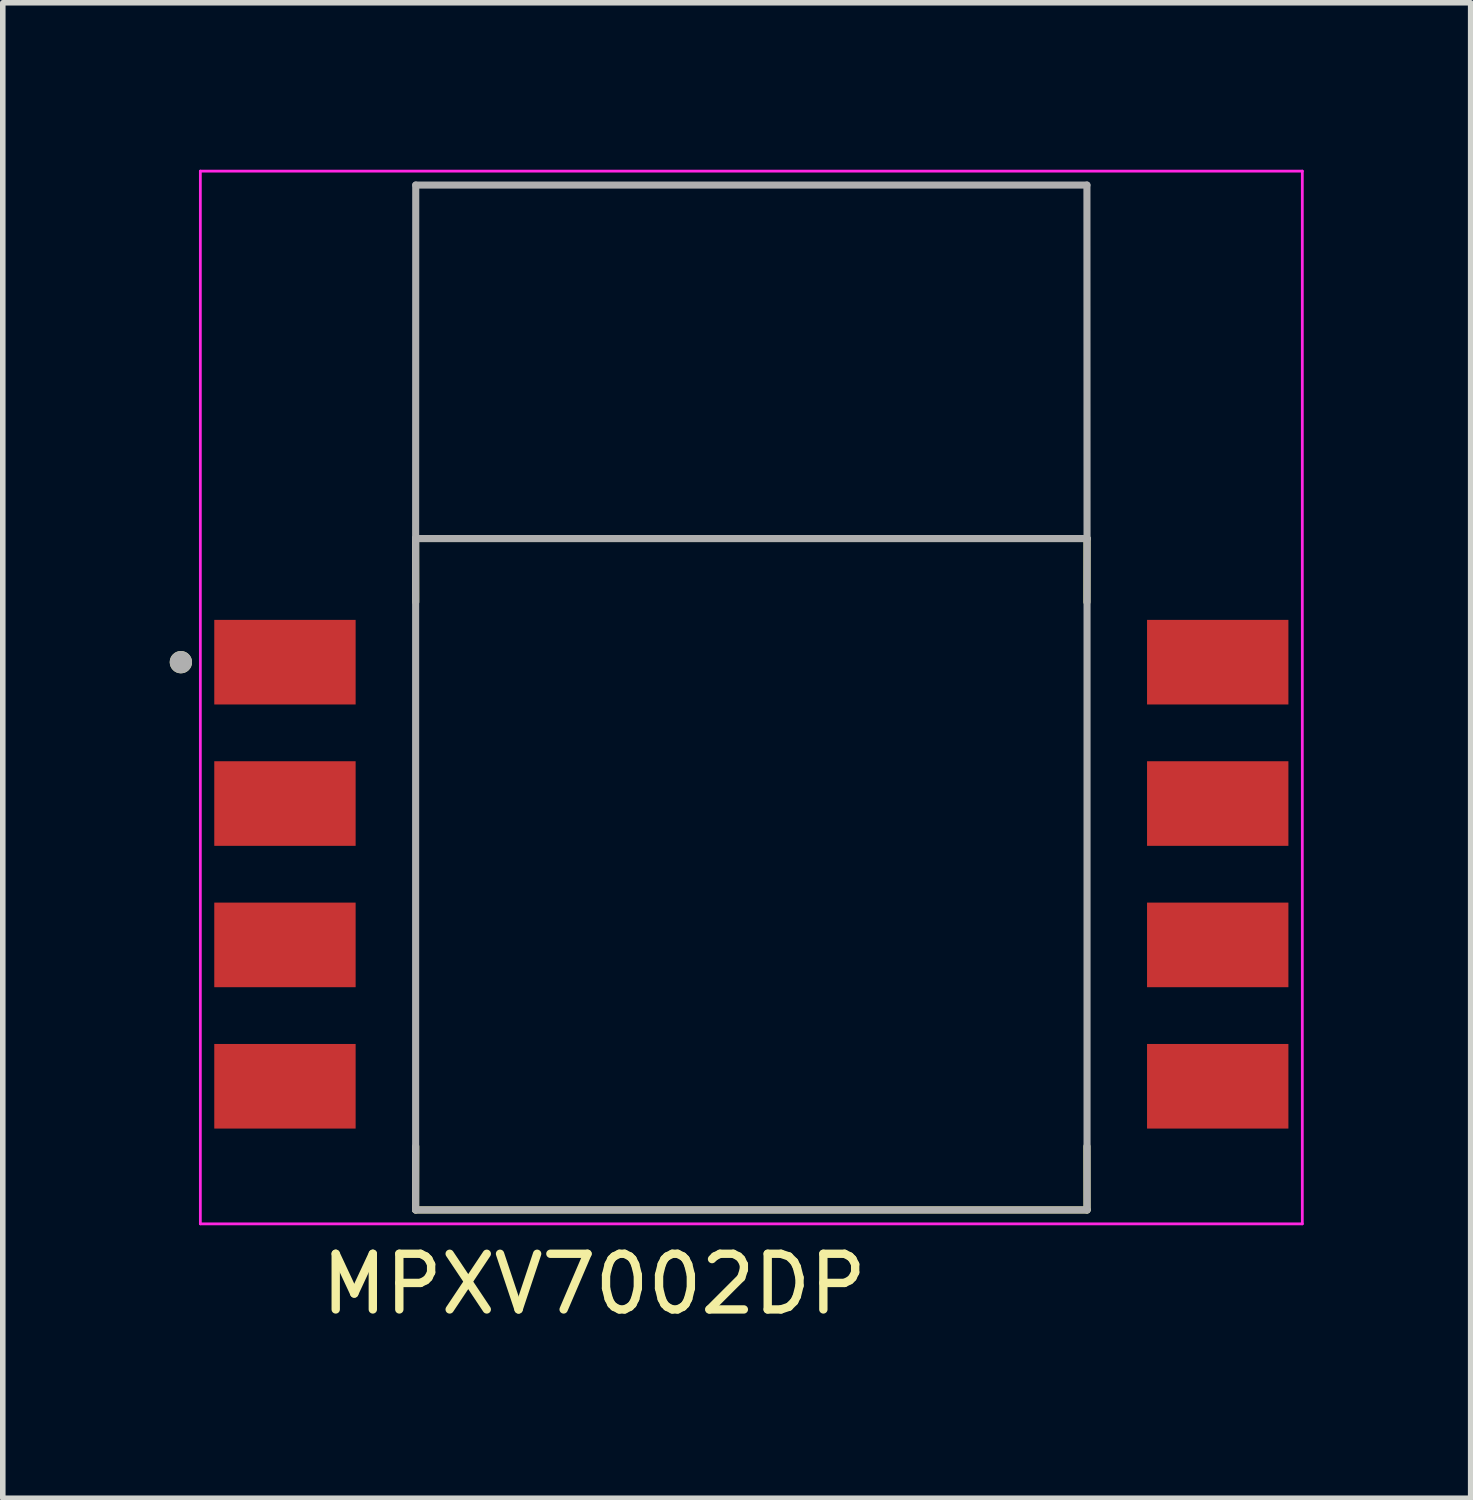
<source format=kicad_pcb>
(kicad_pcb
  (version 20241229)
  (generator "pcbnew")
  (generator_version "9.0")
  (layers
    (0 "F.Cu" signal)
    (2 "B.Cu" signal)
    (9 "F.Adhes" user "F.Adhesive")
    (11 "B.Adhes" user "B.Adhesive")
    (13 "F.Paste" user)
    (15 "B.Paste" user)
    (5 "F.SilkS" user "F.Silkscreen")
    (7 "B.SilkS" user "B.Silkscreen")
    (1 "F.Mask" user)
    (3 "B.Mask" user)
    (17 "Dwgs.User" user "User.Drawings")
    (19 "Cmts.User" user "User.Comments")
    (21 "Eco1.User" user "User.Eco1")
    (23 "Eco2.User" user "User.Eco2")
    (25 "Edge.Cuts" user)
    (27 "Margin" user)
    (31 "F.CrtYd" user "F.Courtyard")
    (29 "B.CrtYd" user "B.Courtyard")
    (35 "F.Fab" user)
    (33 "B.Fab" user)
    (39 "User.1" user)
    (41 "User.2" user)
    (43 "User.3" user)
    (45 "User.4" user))
  (footprint "MPXV7002DP"
    (layer "F.Cu")
    (at 10.45 12.658)
    (property "Reference" "MPXV7002DP" (at -2.825 7.365 0) (layer "F.SilkS") (effects (font (size 1 1) (thickness 0.15))))
    (attr smd)
    (fp_line (start -6.032 -6.032) (end 6.032 -6.032) (stroke (width 0.127) (type solid)) (layer "F.SilkS"))
    (fp_line (start -6.032 6.032) (end 6.032 6.032) (stroke (width 0.127) (type solid)) (layer "F.SilkS"))
    (fp_line (start -6.03 -4.89) (end -6.032 -6.032) (stroke (width 0.127) (type solid)) (layer "F.SilkS"))
    (fp_line (start -6.03 4.89) (end -6.032 6.032) (stroke (width 0.127) (type solid)) (layer "F.SilkS"))
    (fp_line (start 6.032 -6.032) (end 6.03 -4.89) (stroke (width 0.127) (type solid)) (layer "F.SilkS"))
    (fp_line (start 6.032 6.032) (end 6.03 4.89) (stroke (width 0.127) (type solid)) (layer "F.SilkS"))
    (fp_circle (center -10.25 -3.81) (end -10.15 -3.81) (stroke (width 0.2) (type solid)) (fill no) (layer "F.SilkS"))
    (fp_line (start -9.9 -12.633) (end -9.9 6.282) (stroke (width 0.05) (type solid)) (layer "F.CrtYd"))
    (fp_line (start -9.9 -12.633) (end 9.9 -12.633) (stroke (width 0.05) (type solid)) (layer "F.CrtYd"))
    (fp_line (start -9.9 6.282) (end 9.9 6.282) (stroke (width 0.05) (type solid)) (layer "F.CrtYd"))
    (fp_line (start 9.9 -12.633) (end 9.9 6.282) (stroke (width 0.05) (type solid)) (layer "F.CrtYd"))
    (fp_line (start -6.032 -6.032) (end -6.032 6.032) (stroke (width 0.127) (type solid)) (layer "F.Fab"))
    (fp_line (start -6.032 -6.032) (end 6.032 -6.032) (stroke (width 0.127) (type solid)) (layer "F.Fab"))
    (fp_line (start -6.032 6.032) (end 6.032 6.032) (stroke (width 0.127) (type solid)) (layer "F.Fab"))
    (fp_line (start -6.03 -12.383) (end -6.032 -6.032) (stroke (width 0.127) (type solid)) (layer "F.Fab"))
    (fp_line (start -6.03 -12.383) (end 6.03 -12.383) (stroke (width 0.127) (type solid)) (layer "F.Fab"))
    (fp_line (start 6.03 -12.383) (end 6.032 -6.032) (stroke (width 0.127) (type solid)) (layer "F.Fab"))
    (fp_line (start 6.032 -6.032) (end 6.032 6.032) (stroke (width 0.127) (type solid)) (layer "F.Fab"))
    (fp_circle (center -10.25 -3.81) (end -10.15 -3.81) (stroke (width 0.2) (type solid)) (fill no) (layer "F.Fab"))
    (pad "1" smd rect (at -8.38 -3.81) (size 2.54 1.52) (layers "F.Cu" "F.Mask" "F.Paste"))
    (pad "2" smd rect (at -8.38 -1.27) (size 2.54 1.52) (layers "F.Cu" "F.Mask" "F.Paste"))
    (pad "3" smd rect (at -8.38 1.27) (size 2.54 1.52) (layers "F.Cu" "F.Mask" "F.Paste"))
    (pad "4" smd rect (at -8.38 3.81) (size 2.54 1.52) (layers "F.Cu" "F.Mask" "F.Paste"))
    (pad "5" smd rect (at 8.38 3.81) (size 2.54 1.52) (layers "F.Cu" "F.Mask" "F.Paste"))
    (pad "6" smd rect (at 8.38 1.27) (size 2.54 1.52) (layers "F.Cu" "F.Mask" "F.Paste"))
    (pad "7" smd rect (at 8.38 -1.27) (size 2.54 1.52) (layers "F.Cu" "F.Mask" "F.Paste"))
    (pad "8" smd rect (at 8.38 -3.81) (size 2.54 1.52) (layers "F.Cu" "F.Mask" "F.Paste")))
  (gr_rect
    (start -3 -3)
    (end 23.375 23.871)
    (stroke (width 0.1) (type default))
    (fill no)
    (layer "Edge.Cuts")))
</source>
